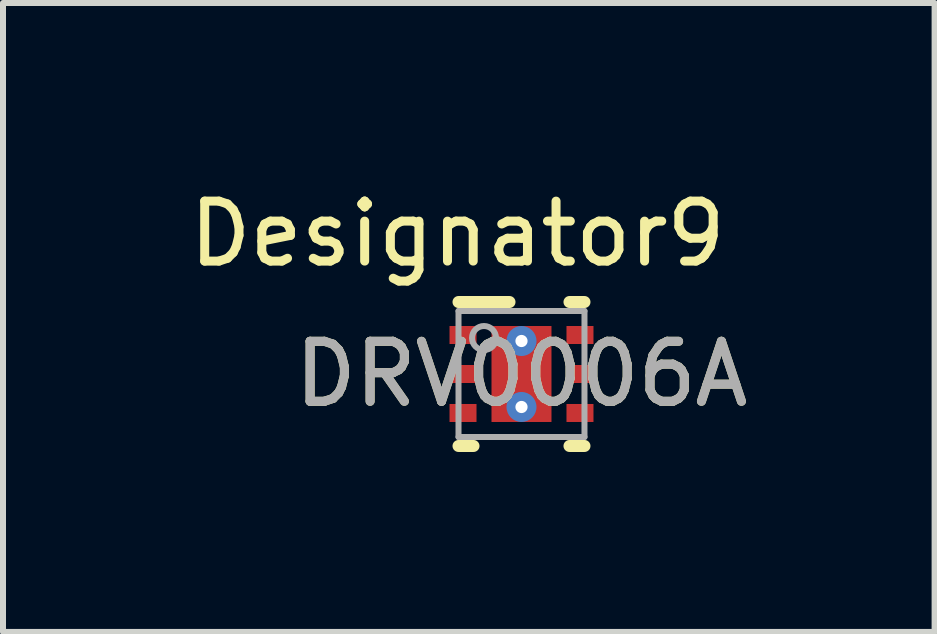
<source format=kicad_pcb>
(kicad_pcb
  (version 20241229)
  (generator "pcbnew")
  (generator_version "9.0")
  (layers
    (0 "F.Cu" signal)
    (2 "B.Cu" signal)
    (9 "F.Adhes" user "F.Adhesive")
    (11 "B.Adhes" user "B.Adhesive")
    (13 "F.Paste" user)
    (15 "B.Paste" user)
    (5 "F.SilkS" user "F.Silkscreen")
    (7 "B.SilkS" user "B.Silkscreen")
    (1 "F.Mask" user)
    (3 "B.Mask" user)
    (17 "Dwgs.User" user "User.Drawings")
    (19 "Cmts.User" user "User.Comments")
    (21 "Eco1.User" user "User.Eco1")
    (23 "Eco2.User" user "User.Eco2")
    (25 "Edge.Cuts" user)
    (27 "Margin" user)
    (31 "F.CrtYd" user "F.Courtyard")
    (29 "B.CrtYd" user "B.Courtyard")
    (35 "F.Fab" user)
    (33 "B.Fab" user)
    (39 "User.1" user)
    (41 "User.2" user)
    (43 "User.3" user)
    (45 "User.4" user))
  (footprint "DRV0006A"
    (layer "F.Cu")
    (at 5.644 3.185)
    (property "Reference" "DRV0006A" (at 0 0 0) (unlocked yes) (layer "F.SilkS") (effects (font (size 1 1) (thickness 0.15))))
    (attr smd)
    (fp_line (start -1.05 -1.2) (end -0.2 -1.2) (stroke (width 0.2) (type solid)) (layer "F.SilkS"))
    (fp_line (start -1.05 1.2) (end -0.8 1.2) (stroke (width 0.2) (type solid)) (layer "F.SilkS"))
    (fp_line (start 0.8 -1.2) (end 1.05 -1.2) (stroke (width 0.2) (type solid)) (layer "F.SilkS"))
    (fp_line (start 0.8 1.2) (end 1.05 1.2) (stroke (width 0.2) (type solid)) (layer "F.SilkS"))
    (fp_poly (pts (xy -0.5 -0.149) (xy -0.5 -0.751) (xy -0.499 -0.761) (xy -0.496 -0.77) (xy -0.492 -0.778) (xy -0.486 -0.786) (xy -0.478 -0.792) (xy -0.47 -0.796) (xy -0.461 -0.799) (xy -0.451 -0.8) (xy 0.451 -0.8) (xy 0.461 -0.799) (xy 0.47 -0.796) (xy 0.478 -0.792) (xy 0.486 -0.786) (xy 0.492 -0.778) (xy 0.496 -0.77) (xy 0.499 -0.761) (xy 0.5 -0.751) (xy 0.5 -0.149) (xy 0.499 -0.139) (xy 0.496 -0.13) (xy 0.492 -0.122) (xy 0.486 -0.114) (xy 0.478 -0.108) (xy 0.47 -0.104) (xy 0.461 -0.101) (xy 0.451 -0.1) (xy -0.451 -0.1) (xy -0.461 -0.101) (xy -0.47 -0.104) (xy -0.478 -0.108) (xy -0.486 -0.114) (xy -0.492 -0.122) (xy -0.496 -0.13) (xy -0.499 -0.139)) (stroke (width 0) (type solid)) (fill yes) (layer "F.Paste"))
    (fp_poly (pts (xy -0.5 0.751) (xy -0.5 0.149) (xy -0.499 0.139) (xy -0.496 0.13) (xy -0.492 0.122) (xy -0.486 0.114) (xy -0.478 0.108) (xy -0.47 0.104) (xy -0.461 0.101) (xy -0.451 0.1) (xy 0.451 0.1) (xy 0.461 0.101) (xy 0.47 0.104) (xy 0.478 0.108) (xy 0.486 0.114) (xy 0.492 0.122) (xy 0.496 0.13) (xy 0.499 0.139) (xy 0.5 0.149) (xy 0.5 0.751) (xy 0.499 0.761) (xy 0.496 0.77) (xy 0.492 0.778) (xy 0.486 0.786) (xy 0.478 0.792) (xy 0.47 0.796) (xy 0.461 0.799) (xy 0.451 0.8) (xy -0.451 0.8) (xy -0.461 0.799) (xy -0.47 0.796) (xy -0.478 0.792) (xy -0.486 0.786) (xy -0.492 0.778) (xy -0.496 0.77) (xy -0.499 0.761)) (stroke (width 0) (type solid)) (fill yes) (layer "F.Paste"))
    (fp_line (start -1.05 -1.05) (end 1.05 -1.05) (stroke (width 0.1) (type solid)) (layer "F.Fab"))
    (fp_line (start -1.05 1.05) (end -1.05 -1.05) (stroke (width 0.1) (type solid)) (layer "F.Fab"))
    (fp_line (start -1.05 1.05) (end 1.05 1.05) (stroke (width 0.1) (type solid)) (layer "F.Fab"))
    (fp_line (start 1.05 1.05) (end 1.05 -1.05) (stroke (width 0.1) (type solid)) (layer "F.Fab"))
    (fp_circle (center -0.625 -0.6) (end -0.425 -0.6) (stroke (width 0.1) (type solid)) (fill no) (layer "F.Fab"))
    (fp_text user "Designator9" (at -1.067 -2.337 0) (unlocked yes) (layer "F.SilkS") (effects (font (size 1 1) (thickness 0.15))))
    (fp_text user "${REFERENCE}" (at 0 0 0) (unlocked yes) (layer "F.Fab") (effects (font (size 1 1) (thickness 0.15))))
    (pad "1" smd rect (at -0.975 -0.65 90) (size 0.3 0.45) (layers "F.Cu" "F.Mask" "F.Paste"))
    (pad "2" smd rect (at -0.975 0 90) (size 0.3 0.45) (layers "F.Cu" "F.Mask" "F.Paste"))
    (pad "3" smd rect (at -0.975 0.65 90) (size 0.3 0.45) (layers "F.Cu" "F.Mask" "F.Paste"))
    (pad "4" smd rect (at 0.975 0.65 90) (size 0.3 0.45) (layers "F.Cu" "F.Mask" "F.Paste"))
    (pad "5" smd rect (at 0.975 0 90) (size 0.3 0.45) (layers "F.Cu" "F.Mask" "F.Paste"))
    (pad "6" smd rect (at 0.975 -0.65 90) (size 0.3 0.45) (layers "F.Cu" "F.Mask" "F.Paste"))
    (pad "7" smd rect (at 0 0) (size 1 1.6) (layers "F.Cu" "F.Mask" "F.Paste"))
    (pad "V" thru_hole circle (at 0 -0.55) (size 0.5 0.5) (drill 0.203) (layers "*.Cu" "*.Mask"))
    (pad "V" thru_hole circle (at 0 0.55) (size 0.5 0.5) (drill 0.203) (layers "*.Cu" "*.Mask")))
  (gr_rect
    (start -3 -3)
    (end 12.531 7.485)
    (stroke (width 0.1) (type default))
    (fill no)
    (layer "Edge.Cuts")))
</source>
